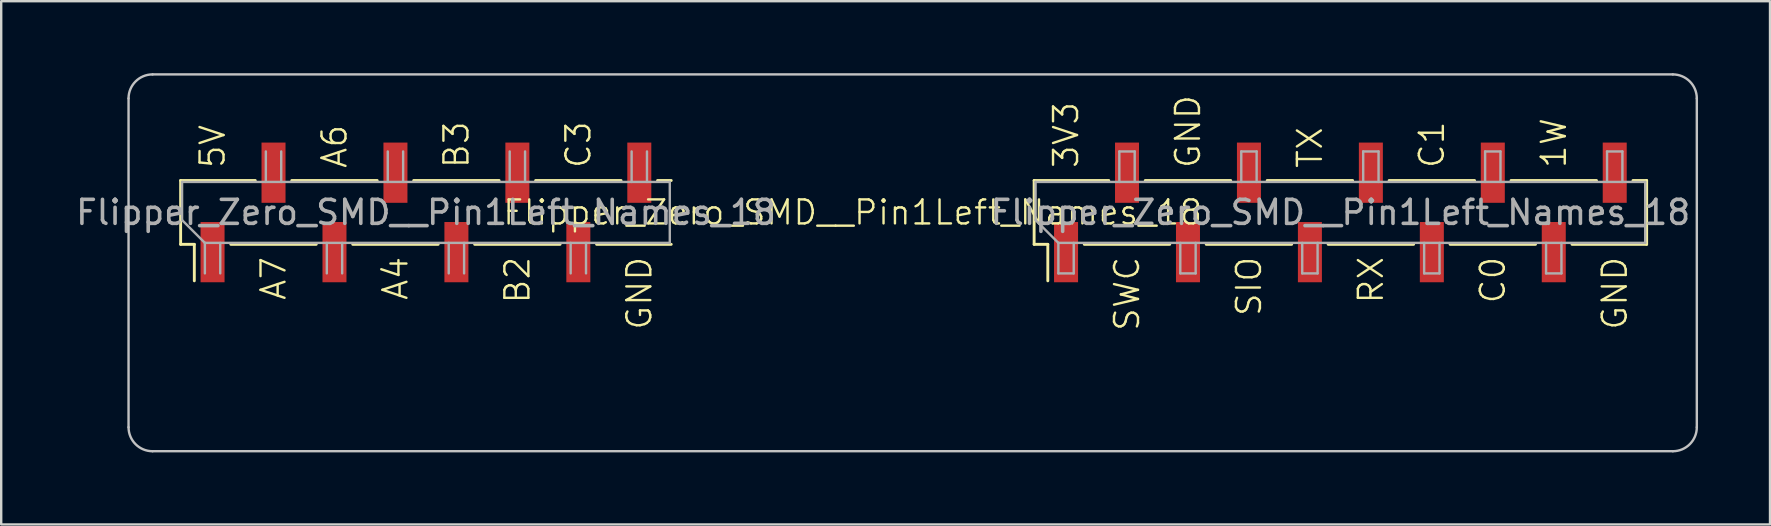
<source format=kicad_pcb>
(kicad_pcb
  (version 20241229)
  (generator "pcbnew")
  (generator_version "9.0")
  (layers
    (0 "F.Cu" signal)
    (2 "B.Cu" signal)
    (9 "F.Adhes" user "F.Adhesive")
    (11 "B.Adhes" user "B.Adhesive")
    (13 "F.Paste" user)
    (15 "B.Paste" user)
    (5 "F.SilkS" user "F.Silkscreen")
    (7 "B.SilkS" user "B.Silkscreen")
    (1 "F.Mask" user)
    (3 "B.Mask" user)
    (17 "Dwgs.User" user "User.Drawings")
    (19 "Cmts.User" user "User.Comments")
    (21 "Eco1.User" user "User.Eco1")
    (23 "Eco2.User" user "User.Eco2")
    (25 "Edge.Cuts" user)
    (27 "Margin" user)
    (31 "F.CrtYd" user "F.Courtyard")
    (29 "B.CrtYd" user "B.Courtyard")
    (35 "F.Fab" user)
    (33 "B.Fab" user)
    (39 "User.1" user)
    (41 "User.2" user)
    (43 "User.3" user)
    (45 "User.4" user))
  (footprint "Flipper_Zero_SMD__Pin1Left_Names_18"
    (layer "F.Cu")
    (at 5.806 5.8)
    (property "Reference" "Flipper_Zero_SMD__Pin1Left_Names_18" (at 26.67 0 0) (unlocked yes) (layer "F.SilkS") (effects (font (size 1 1) (thickness 0.1))))
    (attr smd)
    (fp_line (start -1.33 -1.33) (end -1.33 1.33) (stroke (width 0.12) (type solid)) (layer "F.SilkS"))
    (fp_line (start -1.33 -1.33) (end 1.78 -1.33) (stroke (width 0.12) (type solid)) (layer "F.SilkS"))
    (fp_line (start -1.33 1.33) (end -0.76 1.33) (stroke (width 0.12) (type solid)) (layer "F.SilkS"))
    (fp_line (start -0.76 1.33) (end -0.76 2.85) (stroke (width 0.12) (type solid)) (layer "F.SilkS"))
    (fp_line (start 0.76 1.33) (end 4.32 1.33) (stroke (width 0.12) (type solid)) (layer "F.SilkS"))
    (fp_line (start 3.3 -1.33) (end 6.86 -1.33) (stroke (width 0.12) (type solid)) (layer "F.SilkS"))
    (fp_line (start 5.84 1.33) (end 9.4 1.33) (stroke (width 0.12) (type solid)) (layer "F.SilkS"))
    (fp_line (start 8.38 -1.33) (end 11.94 -1.33) (stroke (width 0.12) (type solid)) (layer "F.SilkS"))
    (fp_line (start 10.92 1.33) (end 14.48 1.33) (stroke (width 0.12) (type solid)) (layer "F.SilkS"))
    (fp_line (start 13.46 -1.33) (end 17.02 -1.33) (stroke (width 0.12) (type solid)) (layer "F.SilkS"))
    (fp_line (start 16 1.33) (end 19.11 1.33) (stroke (width 0.12) (type solid)) (layer "F.SilkS"))
    (fp_line (start 18.54 -1.33) (end 19.11 -1.33) (stroke (width 0.12) (type solid)) (layer "F.SilkS"))
    (fp_line (start 34.23 -1.33) (end 34.23 1.33) (stroke (width 0.12) (type solid)) (layer "F.SilkS"))
    (fp_line (start 34.23 -1.33) (end 37.34 -1.33) (stroke (width 0.12) (type solid)) (layer "F.SilkS"))
    (fp_line (start 34.23 1.33) (end 34.8 1.33) (stroke (width 0.12) (type solid)) (layer "F.SilkS"))
    (fp_line (start 34.8 1.33) (end 34.8 2.85) (stroke (width 0.12) (type solid)) (layer "F.SilkS"))
    (fp_line (start 36.32 1.33) (end 39.88 1.33) (stroke (width 0.12) (type solid)) (layer "F.SilkS"))
    (fp_line (start 38.86 -1.33) (end 42.42 -1.33) (stroke (width 0.12) (type solid)) (layer "F.SilkS"))
    (fp_line (start 41.4 1.33) (end 44.96 1.33) (stroke (width 0.12) (type solid)) (layer "F.SilkS"))
    (fp_line (start 43.94 -1.33) (end 47.5 -1.33) (stroke (width 0.12) (type solid)) (layer "F.SilkS"))
    (fp_line (start 46.48 1.33) (end 50.04 1.33) (stroke (width 0.12) (type solid)) (layer "F.SilkS"))
    (fp_line (start 49.02 -1.33) (end 52.58 -1.33) (stroke (width 0.12) (type solid)) (layer "F.SilkS"))
    (fp_line (start 51.56 1.33) (end 55.12 1.33) (stroke (width 0.12) (type solid)) (layer "F.SilkS"))
    (fp_line (start 54.1 -1.33) (end 57.66 -1.33) (stroke (width 0.12) (type solid)) (layer "F.SilkS"))
    (fp_line (start 56.64 1.33) (end 59.75 1.33) (stroke (width 0.12) (type solid)) (layer "F.SilkS"))
    (fp_line (start 59.18 -1.33) (end 59.75 -1.33) (stroke (width 0.12) (type solid)) (layer "F.SilkS"))
    (fp_line (start 59.75 -1.33) (end 59.75 1.33) (stroke (width 0.12) (type solid)) (layer "F.SilkS"))
    (fp_line (start -3.5 8.95) (end -3.5 -4.75) (stroke (width 0.1) (type default)) (layer "Dwgs.User"))
    (fp_line (start -2.5 -5.75) (end 60.84 -5.75) (stroke (width 0.1) (type default)) (layer "Dwgs.User"))
    (fp_line (start -2.5 9.95) (end 60.84 9.95) (stroke (width 0.1) (type default)) (layer "Dwgs.User"))
    (fp_line (start 61.84 8.95) (end 61.84 -4.75) (stroke (width 0.1) (type default)) (layer "Dwgs.User"))
    (fp_arc (start -3.5 -4.75) (mid -3.207107 -5.457106) (end -2.5 -5.75) (stroke (width 0.1) (type default)) (layer "Dwgs.User"))
    (fp_arc (start -2.5 9.95) (mid -3.207106 9.657107) (end -3.5 8.95) (stroke (width 0.1) (type default)) (layer "Dwgs.User"))
    (fp_arc (start 60.84 -5.75) (mid 61.547106 -5.457107) (end 61.84 -4.75) (stroke (width 0.1) (type default)) (layer "Dwgs.User"))
    (fp_arc (start 61.84 8.95) (mid 61.547107 9.657106) (end 60.84 9.95) (stroke (width 0.1) (type default)) (layer "Dwgs.User"))
    (fp_line (start -1.27 -1.27) (end -1.27 0.32) (stroke (width 0.1) (type solid)) (layer "F.Fab"))
    (fp_line (start -1.27 -1.27) (end 19.05 -1.27) (stroke (width 0.1) (type solid)) (layer "F.Fab"))
    (fp_line (start -0.32 1.27) (end -1.27 0.32) (stroke (width 0.1) (type solid)) (layer "F.Fab"))
    (fp_line (start -0.32 1.27) (end -0.32 2.54) (stroke (width 0.1) (type solid)) (layer "F.Fab"))
    (fp_line (start 0.32 2.54) (end 0.32 1.27) (stroke (width 0.1) (type solid)) (layer "F.Fab"))
    (fp_line (start 2.22 -1.27) (end 2.22 -2.54) (stroke (width 0.1) (type solid)) (layer "F.Fab"))
    (fp_line (start 2.86 -2.54) (end 2.86 -1.27) (stroke (width 0.1) (type solid)) (layer "F.Fab"))
    (fp_line (start 4.76 1.27) (end 4.76 2.54) (stroke (width 0.1) (type solid)) (layer "F.Fab"))
    (fp_line (start 5.4 2.54) (end 5.4 1.27) (stroke (width 0.1) (type solid)) (layer "F.Fab"))
    (fp_line (start 7.3 -1.27) (end 7.3 -2.54) (stroke (width 0.1) (type solid)) (layer "F.Fab"))
    (fp_line (start 7.94 -2.54) (end 7.94 -1.27) (stroke (width 0.1) (type solid)) (layer "F.Fab"))
    (fp_line (start 9.84 1.27) (end 9.84 2.54) (stroke (width 0.1) (type solid)) (layer "F.Fab"))
    (fp_line (start 10.48 2.54) (end 10.48 1.27) (stroke (width 0.1) (type solid)) (layer "F.Fab"))
    (fp_line (start 12.38 -1.27) (end 12.38 -2.54) (stroke (width 0.1) (type solid)) (layer "F.Fab"))
    (fp_line (start 13.02 -2.54) (end 13.02 -1.27) (stroke (width 0.1) (type solid)) (layer "F.Fab"))
    (fp_line (start 14.92 1.27) (end 14.92 2.54) (stroke (width 0.1) (type solid)) (layer "F.Fab"))
    (fp_line (start 15.56 2.54) (end 15.56 1.27) (stroke (width 0.1) (type solid)) (layer "F.Fab"))
    (fp_line (start 17.46 -1.27) (end 17.46 -2.54) (stroke (width 0.1) (type solid)) (layer "F.Fab"))
    (fp_line (start 18.1 -2.54) (end 18.1 -1.27) (stroke (width 0.1) (type solid)) (layer "F.Fab"))
    (fp_line (start 19.05 1.27) (end -0.32 1.27) (stroke (width 0.1) (type solid)) (layer "F.Fab"))
    (fp_line (start 19.05 1.27) (end 19.05 -1.27) (stroke (width 0.1) (type solid)) (layer "F.Fab"))
    (fp_line (start 34.29 -1.27) (end 34.29 0.32) (stroke (width 0.1) (type solid)) (layer "F.Fab"))
    (fp_line (start 34.29 -1.27) (end 59.69 -1.27) (stroke (width 0.1) (type solid)) (layer "F.Fab"))
    (fp_line (start 35.24 1.27) (end 34.29 0.32) (stroke (width 0.1) (type solid)) (layer "F.Fab"))
    (fp_line (start 35.24 1.27) (end 35.24 2.54) (stroke (width 0.1) (type solid)) (layer "F.Fab"))
    (fp_line (start 35.24 2.54) (end 35.88 2.54) (stroke (width 0.1) (type solid)) (layer "F.Fab"))
    (fp_line (start 35.88 2.54) (end 35.88 1.27) (stroke (width 0.1) (type solid)) (layer "F.Fab"))
    (fp_line (start 37.78 -2.54) (end 38.42 -2.54) (stroke (width 0.1) (type solid)) (layer "F.Fab"))
    (fp_line (start 37.78 -1.27) (end 37.78 -2.54) (stroke (width 0.1) (type solid)) (layer "F.Fab"))
    (fp_line (start 38.42 -2.54) (end 38.42 -1.27) (stroke (width 0.1) (type solid)) (layer "F.Fab"))
    (fp_line (start 40.32 1.27) (end 40.32 2.54) (stroke (width 0.1) (type solid)) (layer "F.Fab"))
    (fp_line (start 40.32 2.54) (end 40.96 2.54) (stroke (width 0.1) (type solid)) (layer "F.Fab"))
    (fp_line (start 40.96 2.54) (end 40.96 1.27) (stroke (width 0.1) (type solid)) (layer "F.Fab"))
    (fp_line (start 42.86 -2.54) (end 43.5 -2.54) (stroke (width 0.1) (type solid)) (layer "F.Fab"))
    (fp_line (start 42.86 -1.27) (end 42.86 -2.54) (stroke (width 0.1) (type solid)) (layer "F.Fab"))
    (fp_line (start 43.5 -2.54) (end 43.5 -1.27) (stroke (width 0.1) (type solid)) (layer "F.Fab"))
    (fp_line (start 45.4 1.27) (end 45.4 2.54) (stroke (width 0.1) (type solid)) (layer "F.Fab"))
    (fp_line (start 45.4 2.54) (end 46.04 2.54) (stroke (width 0.1) (type solid)) (layer "F.Fab"))
    (fp_line (start 46.04 2.54) (end 46.04 1.27) (stroke (width 0.1) (type solid)) (layer "F.Fab"))
    (fp_line (start 47.94 -2.54) (end 48.58 -2.54) (stroke (width 0.1) (type solid)) (layer "F.Fab"))
    (fp_line (start 47.94 -1.27) (end 47.94 -2.54) (stroke (width 0.1) (type solid)) (layer "F.Fab"))
    (fp_line (start 48.58 -2.54) (end 48.58 -1.27) (stroke (width 0.1) (type solid)) (layer "F.Fab"))
    (fp_line (start 50.48 1.27) (end 50.48 2.54) (stroke (width 0.1) (type solid)) (layer "F.Fab"))
    (fp_line (start 50.48 2.54) (end 51.12 2.54) (stroke (width 0.1) (type solid)) (layer "F.Fab"))
    (fp_line (start 51.12 2.54) (end 51.12 1.27) (stroke (width 0.1) (type solid)) (layer "F.Fab"))
    (fp_line (start 53.02 -2.54) (end 53.66 -2.54) (stroke (width 0.1) (type solid)) (layer "F.Fab"))
    (fp_line (start 53.02 -1.27) (end 53.02 -2.54) (stroke (width 0.1) (type solid)) (layer "F.Fab"))
    (fp_line (start 53.66 -2.54) (end 53.66 -1.27) (stroke (width 0.1) (type solid)) (layer "F.Fab"))
    (fp_line (start 55.56 1.27) (end 55.56 2.54) (stroke (width 0.1) (type solid)) (layer "F.Fab"))
    (fp_line (start 55.56 2.54) (end 56.2 2.54) (stroke (width 0.1) (type solid)) (layer "F.Fab"))
    (fp_line (start 56.2 2.54) (end 56.2 1.27) (stroke (width 0.1) (type solid)) (layer "F.Fab"))
    (fp_line (start 58.1 -2.54) (end 58.74 -2.54) (stroke (width 0.1) (type solid)) (layer "F.Fab"))
    (fp_line (start 58.1 -1.27) (end 58.1 -2.54) (stroke (width 0.1) (type solid)) (layer "F.Fab"))
    (fp_line (start 58.74 -2.54) (end 58.74 -1.27) (stroke (width 0.1) (type solid)) (layer "F.Fab"))
    (fp_line (start 59.69 1.27) (end 35.24 1.27) (stroke (width 0.1) (type solid)) (layer "F.Fab"))
    (fp_line (start 59.69 1.27) (end 59.69 -1.27) (stroke (width 0.1) (type solid)) (layer "F.Fab"))
    (fp_text user "C0" (at 53.34 1.778 90) (unlocked yes) (layer "F.SilkS") (effects (font (size 1 1) (thickness 0.1)) (justify right)))
    (fp_text user "RX" (at 48.26 1.778 90) (unlocked yes) (layer "F.SilkS") (effects (font (size 1 1) (thickness 0.1)) (justify right)))
    (fp_text user "B2" (at 12.7 1.778 90) (unlocked yes) (layer "F.SilkS") (effects (font (size 1 1) (thickness 0.1)) (justify right)))
    (fp_text user "SWC" (at 38.1 1.778 90) (unlocked yes) (layer "F.SilkS") (effects (font (size 1 1) (thickness 0.1)) (justify right)))
    (fp_text user "GND" (at 17.78 1.778 90) (unlocked yes) (layer "F.SilkS") (effects (font (size 1 1) (thickness 0.1)) (justify right)))
    (fp_text user "3V3" (at 35.56 -1.778 90) (unlocked yes) (layer "F.SilkS") (effects (font (size 1 1) (thickness 0.1)) (justify left)))
    (fp_text user "5V" (at 0 -1.778 90) (unlocked yes) (layer "F.SilkS") (effects (font (size 1 1) (thickness 0.1)) (justify left)))
    (fp_text user "A4" (at 7.62 1.778 90) (unlocked yes) (layer "F.SilkS") (effects (font (size 1 1) (thickness 0.1)) (justify right)))
    (fp_text user "A7" (at 2.54 1.778 90) (unlocked yes) (layer "F.SilkS") (effects (font (size 1 1) (thickness 0.1)) (justify right)))
    (fp_text user "TX" (at 45.72 -1.778 90) (unlocked yes) (layer "F.SilkS") (effects (font (size 1 1) (thickness 0.1)) (justify left)))
    (fp_text user "GND" (at 58.42 1.778 90) (unlocked yes) (layer "F.SilkS") (effects (font (size 1 1) (thickness 0.1)) (justify right)))
    (fp_text user "1W" (at 55.88 -1.778 90) (unlocked yes) (layer "F.SilkS") (effects (font (size 1 1) (thickness 0.1)) (justify left)))
    (fp_text user "B3" (at 10.16 -1.778 90) (unlocked yes) (layer "F.SilkS") (effects (font (size 1 1) (thickness 0.1)) (justify left)))
    (fp_text user "SIO" (at 43.18 1.778 90) (unlocked yes) (layer "F.SilkS") (effects (font (size 1 1) (thickness 0.1)) (justify right)))
    (fp_text user "C3" (at 15.24 -1.778 90) (unlocked yes) (layer "F.SilkS") (effects (font (size 1 1) (thickness 0.1)) (justify left)))
    (fp_text user "C1" (at 50.8 -1.778 90) (unlocked yes) (layer "F.SilkS") (effects (font (size 1 1) (thickness 0.1)) (justify left)))
    (fp_text user "A6" (at 5.08 -1.778 90) (unlocked yes) (layer "F.SilkS") (effects (font (size 1 1) (thickness 0.1)) (justify left)))
    (fp_text user "GND" (at 40.64 -1.778 90) (unlocked yes) (layer "F.SilkS") (effects (font (size 1 1) (thickness 0.1)) (justify left)))
    (fp_text user "${REFERENCE}" (at 8.89 0 180) (layer "F.Fab") (effects (font (size 1 1) (thickness 0.15))))
    (fp_text user "${REFERENCE}" (at 46.99 0 180) (layer "F.Fab") (effects (font (size 1 1) (thickness 0.15))))
    (pad "1" smd rect (at 0 1.655 270) (size 2.51 1) (layers "F.Cu" "F.Mask" "F.Paste"))
    (pad "2" smd rect (at 2.54 -1.655 270) (size 2.51 1) (layers "F.Cu" "F.Mask" "F.Paste"))
    (pad "3" smd rect (at 5.08 1.655 270) (size 2.51 1) (layers "F.Cu" "F.Mask" "F.Paste"))
    (pad "4" smd rect (at 7.62 -1.655 270) (size 2.51 1) (layers "F.Cu" "F.Mask" "F.Paste"))
    (pad "5" smd rect (at 10.16 1.655 270) (size 2.51 1) (layers "F.Cu" "F.Mask" "F.Paste"))
    (pad "6" smd rect (at 12.7 -1.655 270) (size 2.51 1) (layers "F.Cu" "F.Mask" "F.Paste"))
    (pad "7" smd rect (at 15.24 1.655 270) (size 2.51 1) (layers "F.Cu" "F.Mask" "F.Paste"))
    (pad "8" smd rect (at 17.78 -1.655 270) (size 2.51 1) (layers "F.Cu" "F.Mask" "F.Paste"))
    (pad "9" smd rect (at 35.56 1.655 270) (size 2.51 1) (layers "F.Cu" "F.Mask" "F.Paste"))
    (pad "10" smd rect (at 38.1 -1.655 270) (size 2.51 1) (layers "F.Cu" "F.Mask" "F.Paste"))
    (pad "11" smd rect (at 40.64 1.655 270) (size 2.51 1) (layers "F.Cu" "F.Mask" "F.Paste"))
    (pad "12" smd rect (at 43.18 -1.655 270) (size 2.51 1) (layers "F.Cu" "F.Mask" "F.Paste"))
    (pad "13" smd rect (at 45.72 1.655 270) (size 2.51 1) (layers "F.Cu" "F.Mask" "F.Paste"))
    (pad "14" smd rect (at 48.26 -1.655 270) (size 2.51 1) (layers "F.Cu" "F.Mask" "F.Paste"))
    (pad "15" smd rect (at 50.8 1.655 270) (size 2.51 1) (layers "F.Cu" "F.Mask" "F.Paste"))
    (pad "16" smd rect (at 53.34 -1.655 270) (size 2.51 1) (layers "F.Cu" "F.Mask" "F.Paste"))
    (pad "17" smd rect (at 55.88 1.655 270) (size 2.51 1) (layers "F.Cu" "F.Mask" "F.Paste"))
    (pad "18" smd rect (at 58.42 -1.655 270) (size 2.51 1) (layers "F.Cu" "F.Mask" "F.Paste")))
  (gr_rect
    (start -3 -3)
    (end 70.696 18.8)
    (stroke (width 0.1) (type default))
    (fill no)
    (layer "Edge.Cuts")))
</source>
